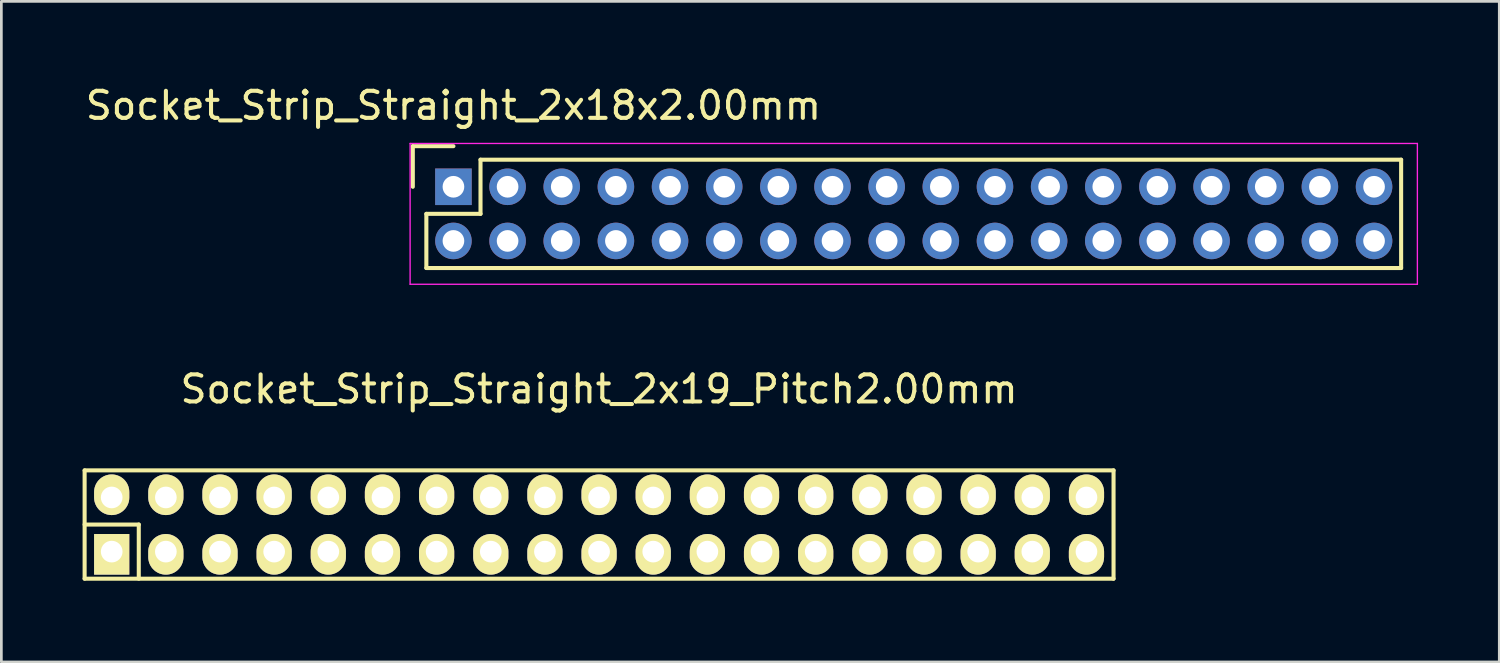
<source format=kicad_pcb>
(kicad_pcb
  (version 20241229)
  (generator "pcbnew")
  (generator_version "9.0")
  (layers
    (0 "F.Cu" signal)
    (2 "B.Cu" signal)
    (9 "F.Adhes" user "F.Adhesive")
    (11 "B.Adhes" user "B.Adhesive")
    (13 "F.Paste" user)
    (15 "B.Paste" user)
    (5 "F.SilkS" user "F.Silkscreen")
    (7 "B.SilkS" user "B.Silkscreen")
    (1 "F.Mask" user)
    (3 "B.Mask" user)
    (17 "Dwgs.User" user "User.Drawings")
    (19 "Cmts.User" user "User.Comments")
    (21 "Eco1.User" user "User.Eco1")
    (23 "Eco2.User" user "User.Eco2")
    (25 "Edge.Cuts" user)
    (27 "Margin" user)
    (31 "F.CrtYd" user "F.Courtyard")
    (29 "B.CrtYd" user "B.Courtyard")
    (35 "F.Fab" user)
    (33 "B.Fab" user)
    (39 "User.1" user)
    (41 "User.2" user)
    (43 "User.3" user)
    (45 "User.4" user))
  (footprint "Socket_Strip_Straight_2x19_Pitch2.00mm"
    (layer "F.Cu")
    (at 19.075 16.322)
    (property "Reference" "Socket_Strip_Straight_2x19_Pitch2.00mm" (at 0 -5 0) (layer "F.SilkS") (effects (font (size 1 1) (thickness 0.15))))
    (attr through_hole)
    (fp_line (start -19 -2) (end 19 -2) (stroke (width 0.15) (type solid)) (layer "F.SilkS"))
    (fp_line (start -19 0) (end -17 0) (stroke (width 0.15) (type solid)) (layer "F.SilkS"))
    (fp_line (start -19 2) (end -19 -2) (stroke (width 0.15) (type solid)) (layer "F.SilkS"))
    (fp_line (start -17 0) (end -17 2) (stroke (width 0.15) (type solid)) (layer "F.SilkS"))
    (fp_line (start 19 -2) (end 19 2) (stroke (width 0.15) (type solid)) (layer "F.SilkS"))
    (fp_line (start 19 2) (end -19 2) (stroke (width 0.15) (type solid)) (layer "F.SilkS"))
    (pad "1" thru_hole rect (at -18 1) (size 1.3 1.5) (drill 0.8 (offset 0 0.1)) (layers "*.Cu" "*.Mask" "F.SilkS"))
    (pad "2" thru_hole oval (at -18 -1) (size 1.3 1.5) (drill 0.8 (offset 0 -0.1)) (layers "*.Cu" "*.Mask" "F.SilkS"))
    (pad "3" thru_hole oval (at -16 1) (size 1.3 1.5) (drill 0.8 (offset 0 0.1)) (layers "*.Cu" "*.Mask" "F.SilkS"))
    (pad "4" thru_hole oval (at -16 -1) (size 1.3 1.5) (drill 0.8 (offset 0 -0.1)) (layers "*.Cu" "*.Mask" "F.SilkS"))
    (pad "5" thru_hole oval (at -14 1) (size 1.3 1.5) (drill 0.8 (offset 0 0.1)) (layers "*.Cu" "*.Mask" "F.SilkS"))
    (pad "6" thru_hole oval (at -14 -1) (size 1.3 1.5) (drill 0.8 (offset 0 -0.1)) (layers "*.Cu" "*.Mask" "F.SilkS"))
    (pad "7" thru_hole oval (at -12 1) (size 1.3 1.5) (drill 0.8 (offset 0 0.1)) (layers "*.Cu" "*.Mask" "F.SilkS"))
    (pad "8" thru_hole oval (at -12 -1) (size 1.3 1.5) (drill 0.8 (offset 0 -0.1)) (layers "*.Cu" "*.Mask" "F.SilkS"))
    (pad "9" thru_hole oval (at -10 1) (size 1.3 1.5) (drill 0.8 (offset 0 0.1)) (layers "*.Cu" "*.Mask" "F.SilkS"))
    (pad "10" thru_hole oval (at -10 -1) (size 1.3 1.5) (drill 0.8 (offset 0 -0.1)) (layers "*.Cu" "*.Mask" "F.SilkS"))
    (pad "11" thru_hole oval (at -8 1) (size 1.3 1.5) (drill 0.8 (offset 0 0.1)) (layers "*.Cu" "*.Mask" "F.SilkS"))
    (pad "12" thru_hole oval (at -8 -1) (size 1.3 1.5) (drill 0.8 (offset 0 -0.1)) (layers "*.Cu" "*.Mask" "F.SilkS"))
    (pad "13" thru_hole oval (at -6 1) (size 1.3 1.5) (drill 0.8 (offset 0 0.1)) (layers "*.Cu" "*.Mask" "F.SilkS"))
    (pad "14" thru_hole oval (at -6 -1) (size 1.3 1.5) (drill 0.8 (offset 0 -0.1)) (layers "*.Cu" "*.Mask" "F.SilkS"))
    (pad "15" thru_hole oval (at -4 1) (size 1.3 1.5) (drill 0.8 (offset 0 0.1)) (layers "*.Cu" "*.Mask" "F.SilkS"))
    (pad "16" thru_hole oval (at -4 -1) (size 1.3 1.5) (drill 0.8 (offset 0 -0.1)) (layers "*.Cu" "*.Mask" "F.SilkS"))
    (pad "17" thru_hole oval (at -2 1) (size 1.3 1.5) (drill 0.8 (offset 0 0.1)) (layers "*.Cu" "*.Mask" "F.SilkS"))
    (pad "18" thru_hole oval (at -2 -1) (size 1.3 1.5) (drill 0.8 (offset 0 -0.1)) (layers "*.Cu" "*.Mask" "F.SilkS"))
    (pad "19" thru_hole oval (at 0 1) (size 1.3 1.5) (drill 0.8 (offset 0 0.1)) (layers "*.Cu" "*.Mask" "F.SilkS"))
    (pad "20" thru_hole oval (at 0 -1) (size 1.3 1.5) (drill 0.8 (offset 0 -0.1)) (layers "*.Cu" "*.Mask" "F.SilkS"))
    (pad "21" thru_hole oval (at 2 1) (size 1.3 1.5) (drill 0.8 (offset 0 0.1)) (layers "*.Cu" "*.Mask" "F.SilkS"))
    (pad "22" thru_hole oval (at 2 -1) (size 1.3 1.5) (drill 0.8 (offset 0 -0.1)) (layers "*.Cu" "*.Mask" "F.SilkS"))
    (pad "23" thru_hole oval (at 4 1) (size 1.3 1.5) (drill 0.8 (offset 0 0.1)) (layers "*.Cu" "*.Mask" "F.SilkS"))
    (pad "24" thru_hole oval (at 4 -1) (size 1.3 1.5) (drill 0.8 (offset 0 -0.1)) (layers "*.Cu" "*.Mask" "F.SilkS"))
    (pad "25" thru_hole oval (at 6 1) (size 1.3 1.5) (drill 0.8 (offset 0 0.1)) (layers "*.Cu" "*.Mask" "F.SilkS"))
    (pad "26" thru_hole oval (at 6 -1) (size 1.3 1.5) (drill 0.8 (offset 0 -0.1)) (layers "*.Cu" "*.Mask" "F.SilkS"))
    (pad "27" thru_hole oval (at 8 1) (size 1.3 1.5) (drill 0.8 (offset 0 0.1)) (layers "*.Cu" "*.Mask" "F.SilkS"))
    (pad "28" thru_hole oval (at 8 -1) (size 1.3 1.5) (drill 0.8 (offset 0 -0.1)) (layers "*.Cu" "*.Mask" "F.SilkS"))
    (pad "29" thru_hole oval (at 10 1) (size 1.3 1.5) (drill 0.8 (offset 0 0.1)) (layers "*.Cu" "*.Mask" "F.SilkS"))
    (pad "30" thru_hole oval (at 10 -1) (size 1.3 1.5) (drill 0.8 (offset 0 -0.1)) (layers "*.Cu" "*.Mask" "F.SilkS"))
    (pad "31" thru_hole oval (at 12 1) (size 1.3 1.5) (drill 0.8 (offset 0 0.1)) (layers "*.Cu" "*.Mask" "F.SilkS"))
    (pad "32" thru_hole oval (at 12 -1) (size 1.3 1.5) (drill 0.8 (offset 0 -0.1)) (layers "*.Cu" "*.Mask" "F.SilkS"))
    (pad "33" thru_hole oval (at 14 1) (size 1.3 1.5) (drill 0.8 (offset 0 0.1)) (layers "*.Cu" "*.Mask" "F.SilkS"))
    (pad "34" thru_hole oval (at 14 -1) (size 1.3 1.5) (drill 0.8 (offset 0 -0.1)) (layers "*.Cu" "*.Mask" "F.SilkS"))
    (pad "35" thru_hole oval (at 16 1) (size 1.3 1.5) (drill 0.8 (offset 0 0.1)) (layers "*.Cu" "*.Mask" "F.SilkS"))
    (pad "36" thru_hole oval (at 16 -1) (size 1.3 1.5) (drill 0.8 (offset 0 -0.1)) (layers "*.Cu" "*.Mask" "F.SilkS"))
    (pad "37" thru_hole oval (at 18 1) (size 1.3 1.5) (drill 0.8 (offset 0 0.1)) (layers "*.Cu" "*.Mask" "F.SilkS"))
    (pad "38" thru_hole oval (at 18 -1) (size 1.3 1.5) (drill 0.8 (offset 0 -0.1)) (layers "*.Cu" "*.Mask" "F.SilkS")))
  (footprint "Socket_Strip_Straight_2x18x2.00mm"
    (layer "F.Cu")
    (at 13.696 3.848)
    (property "Reference" "Socket_Strip_Straight_2x18x2.00mm" (at 0 -3 0) (layer "F.SilkS") (effects (font (size 1 1) (thickness 0.15))))
    (attr through_hole)
    (fp_line (start -1.5 -1.5) (end -1.5 0) (stroke (width 0.15) (type solid)) (layer "F.SilkS"))
    (fp_line (start -1 1) (end -1 3) (stroke (width 0.15) (type solid)) (layer "F.SilkS"))
    (fp_line (start -1 3) (end 1 3) (stroke (width 0.15) (type solid)) (layer "F.SilkS"))
    (fp_line (start 0 -1.5) (end -1.5 -1.5) (stroke (width 0.15) (type solid)) (layer "F.SilkS"))
    (fp_line (start 1 -1) (end 1 1) (stroke (width 0.15) (type solid)) (layer "F.SilkS"))
    (fp_line (start 1 1) (end -1 1) (stroke (width 0.15) (type solid)) (layer "F.SilkS"))
    (fp_line (start 1 3) (end 35 3) (stroke (width 0.15) (type solid)) (layer "F.SilkS"))
    (fp_line (start 35 -1) (end 1 -1) (stroke (width 0.15) (type solid)) (layer "F.SilkS"))
    (fp_line (start 35 3) (end 35 -1) (stroke (width 0.15) (type solid)) (layer "F.SilkS"))
    (fp_line (start -1.6 -1.6) (end -1.6 3.6) (stroke (width 0.05) (type solid)) (layer "F.CrtYd"))
    (fp_line (start -1.6 3.6) (end 35.6 3.6) (stroke (width 0.05) (type solid)) (layer "F.CrtYd"))
    (fp_line (start 35.6 -1.6) (end -1.6 -1.6) (stroke (width 0.05) (type solid)) (layer "F.CrtYd"))
    (fp_line (start 35.6 3.6) (end 35.6 -1.6) (stroke (width 0.05) (type solid)) (layer "F.CrtYd"))
    (pad "1" thru_hole rect (at 0 0) (size 1.35 1.35) (drill 0.8) (layers "*.Cu" "*.Mask"))
    (pad "2" thru_hole circle (at 0 2) (size 1.35 1.35) (drill 0.8) (layers "*.Cu" "*.Mask"))
    (pad "3" thru_hole circle (at 2 0) (size 1.35 1.35) (drill 0.8) (layers "*.Cu" "*.Mask"))
    (pad "4" thru_hole circle (at 2 2) (size 1.35 1.35) (drill 0.8) (layers "*.Cu" "*.Mask"))
    (pad "5" thru_hole circle (at 4 0) (size 1.35 1.35) (drill 0.8) (layers "*.Cu" "*.Mask"))
    (pad "6" thru_hole circle (at 4 2) (size 1.35 1.35) (drill 0.8) (layers "*.Cu" "*.Mask"))
    (pad "7" thru_hole circle (at 6 0) (size 1.35 1.35) (drill 0.8) (layers "*.Cu" "*.Mask"))
    (pad "8" thru_hole circle (at 6 2) (size 1.35 1.35) (drill 0.8) (layers "*.Cu" "*.Mask"))
    (pad "9" thru_hole circle (at 8 0) (size 1.35 1.35) (drill 0.8) (layers "*.Cu" "*.Mask"))
    (pad "10" thru_hole circle (at 8 2) (size 1.35 1.35) (drill 0.8) (layers "*.Cu" "*.Mask"))
    (pad "11" thru_hole circle (at 10 0) (size 1.35 1.35) (drill 0.8) (layers "*.Cu" "*.Mask"))
    (pad "12" thru_hole circle (at 10 2) (size 1.35 1.35) (drill 0.8) (layers "*.Cu" "*.Mask"))
    (pad "13" thru_hole circle (at 12 0) (size 1.35 1.35) (drill 0.8) (layers "*.Cu" "*.Mask"))
    (pad "14" thru_hole circle (at 12 2) (size 1.35 1.35) (drill 0.8) (layers "*.Cu" "*.Mask"))
    (pad "15" thru_hole circle (at 14 0) (size 1.35 1.35) (drill 0.8) (layers "*.Cu" "*.Mask"))
    (pad "16" thru_hole circle (at 14 2) (size 1.35 1.35) (drill 0.8) (layers "*.Cu" "*.Mask"))
    (pad "17" thru_hole circle (at 16 0) (size 1.35 1.35) (drill 0.8) (layers "*.Cu" "*.Mask"))
    (pad "18" thru_hole circle (at 16 2) (size 1.35 1.35) (drill 0.8) (layers "*.Cu" "*.Mask"))
    (pad "19" thru_hole circle (at 18 0) (size 1.35 1.35) (drill 0.8) (layers "*.Cu" "*.Mask"))
    (pad "20" thru_hole circle (at 18 2) (size 1.35 1.35) (drill 0.8) (layers "*.Cu" "*.Mask"))
    (pad "21" thru_hole circle (at 20 0) (size 1.35 1.35) (drill 0.8) (layers "*.Cu" "*.Mask"))
    (pad "22" thru_hole circle (at 20 2) (size 1.35 1.35) (drill 0.8) (layers "*.Cu" "*.Mask"))
    (pad "23" thru_hole circle (at 22 0) (size 1.35 1.35) (drill 0.8) (layers "*.Cu" "*.Mask"))
    (pad "24" thru_hole circle (at 22 2) (size 1.35 1.35) (drill 0.8) (layers "*.Cu" "*.Mask"))
    (pad "25" thru_hole circle (at 24 0) (size 1.35 1.35) (drill 0.8) (layers "*.Cu" "*.Mask"))
    (pad "26" thru_hole circle (at 24 2) (size 1.35 1.35) (drill 0.8) (layers "*.Cu" "*.Mask"))
    (pad "27" thru_hole circle (at 26 0) (size 1.35 1.35) (drill 0.8) (layers "*.Cu" "*.Mask"))
    (pad "28" thru_hole circle (at 26 2) (size 1.35 1.35) (drill 0.8) (layers "*.Cu" "*.Mask"))
    (pad "29" thru_hole circle (at 28 0) (size 1.35 1.35) (drill 0.8) (layers "*.Cu" "*.Mask"))
    (pad "30" thru_hole circle (at 28 2) (size 1.35 1.35) (drill 0.8) (layers "*.Cu" "*.Mask"))
    (pad "31" thru_hole circle (at 30 0) (size 1.35 1.35) (drill 0.8) (layers "*.Cu" "*.Mask"))
    (pad "32" thru_hole circle (at 30 2) (size 1.35 1.35) (drill 0.8) (layers "*.Cu" "*.Mask"))
    (pad "33" thru_hole circle (at 32 0) (size 1.35 1.35) (drill 0.8) (layers "*.Cu" "*.Mask"))
    (pad "34" thru_hole circle (at 32 2) (size 1.35 1.35) (drill 0.8) (layers "*.Cu" "*.Mask"))
    (pad "35" thru_hole circle (at 34 0) (size 1.35 1.35) (drill 0.8) (layers "*.Cu" "*.Mask"))
    (pad "36" thru_hole circle (at 34 2) (size 1.35 1.35) (drill 0.8) (layers "*.Cu" "*.Mask")))
  (gr_rect
    (start -3 -3)
    (end 52.321 21.396)
    (stroke (width 0.1) (type default))
    (fill no)
    (layer "Edge.Cuts")))
</source>
